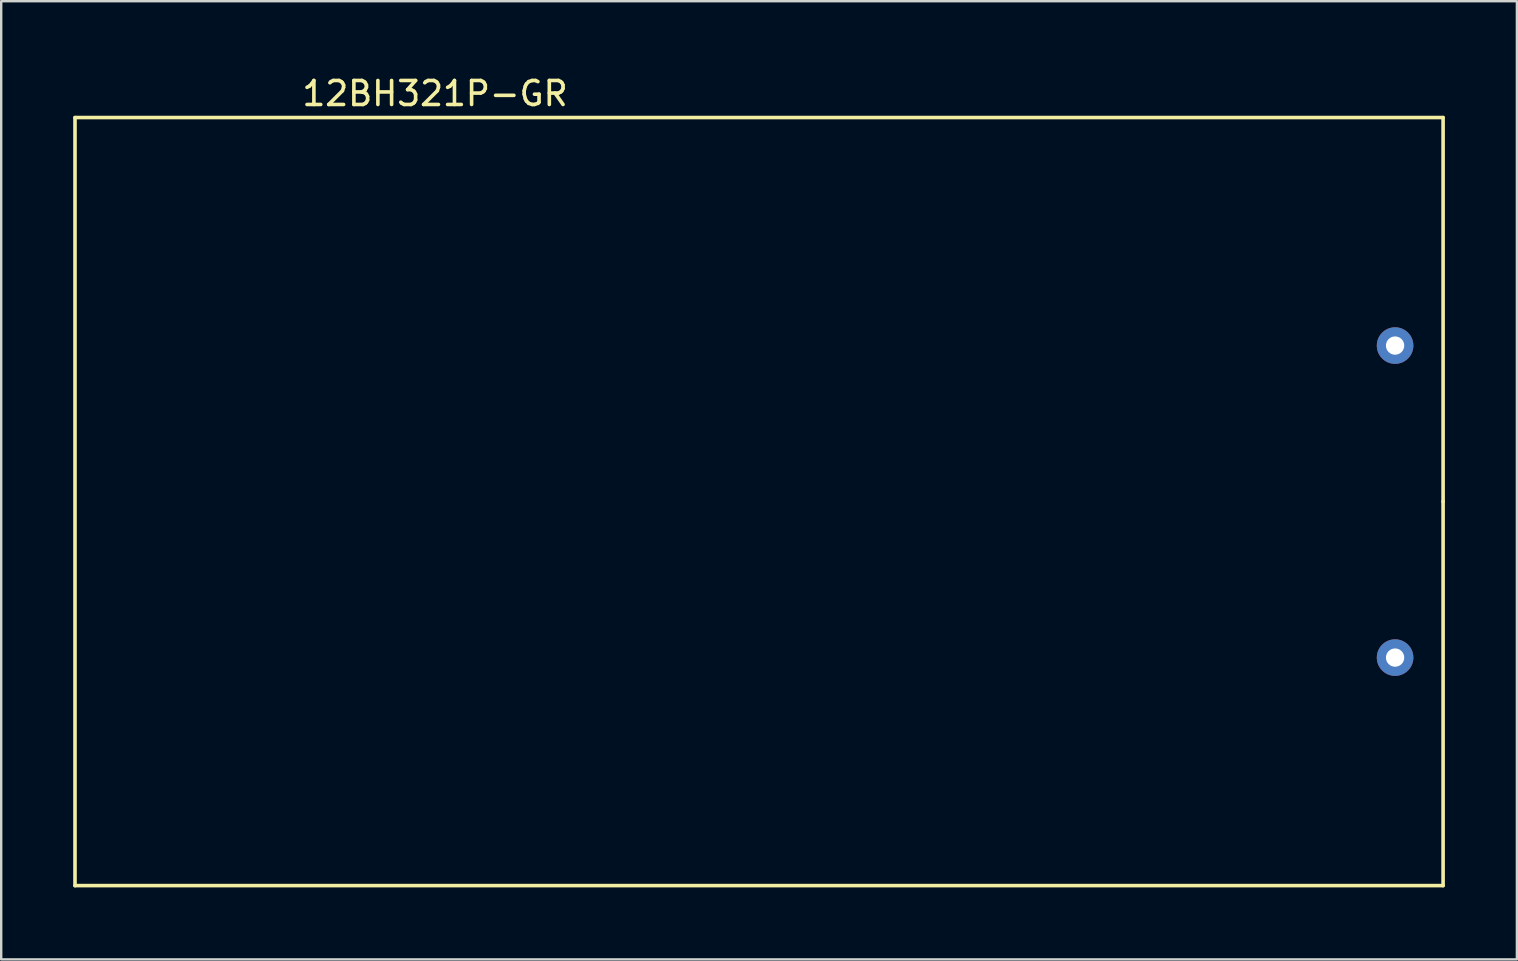
<source format=kicad_pcb>
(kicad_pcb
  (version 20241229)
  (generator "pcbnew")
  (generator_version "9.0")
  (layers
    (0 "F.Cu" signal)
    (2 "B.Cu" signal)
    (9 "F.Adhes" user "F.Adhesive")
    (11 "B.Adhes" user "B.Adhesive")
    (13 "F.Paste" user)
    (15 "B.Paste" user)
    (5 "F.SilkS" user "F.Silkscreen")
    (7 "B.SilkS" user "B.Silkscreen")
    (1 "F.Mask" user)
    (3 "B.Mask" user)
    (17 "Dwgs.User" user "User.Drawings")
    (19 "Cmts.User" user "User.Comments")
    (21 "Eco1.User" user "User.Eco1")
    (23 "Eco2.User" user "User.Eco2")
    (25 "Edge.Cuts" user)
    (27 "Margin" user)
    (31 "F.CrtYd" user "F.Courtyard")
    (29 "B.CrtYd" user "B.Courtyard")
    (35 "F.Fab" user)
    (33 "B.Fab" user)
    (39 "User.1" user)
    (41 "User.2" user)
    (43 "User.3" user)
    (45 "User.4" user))
  (footprint "12BH321P-GR"
    (layer "F.Cu")
    (at 55.075 17.848)
    (property "Reference" "12BH321P-GR" (at -40 -17 0) (layer "F.SilkS") (effects (font (size 1 1) (thickness 0.15))))
    (attr through_hole)
    (fp_line (start -55 -16) (end -55 16) (stroke (width 0.15) (type solid)) (layer "F.SilkS"))
    (fp_line (start 2 -16) (end -55 -16) (stroke (width 0.15) (type solid)) (layer "F.SilkS"))
    (fp_line (start 2 -16) (end 2 0) (stroke (width 0.15) (type solid)) (layer "F.SilkS"))
    (fp_line (start 2 0) (end 2 16) (stroke (width 0.15) (type solid)) (layer "F.SilkS"))
    (fp_line (start 2 16) (end -55 16) (stroke (width 0.15) (type solid)) (layer "F.SilkS"))
    (pad "1" thru_hole circle (at 0 -6.5) (size 1.524 1.524) (drill 0.762) (layers "*.Cu" "*.Mask"))
    (pad "2" thru_hole circle (at 0 6.5) (size 1.524 1.524) (drill 0.762) (layers "*.Cu" "*.Mask")))
  (gr_rect
    (start -3 -3)
    (end 60.15 36.923)
    (stroke (width 0.1) (type default))
    (fill no)
    (layer "Edge.Cuts")))
</source>
